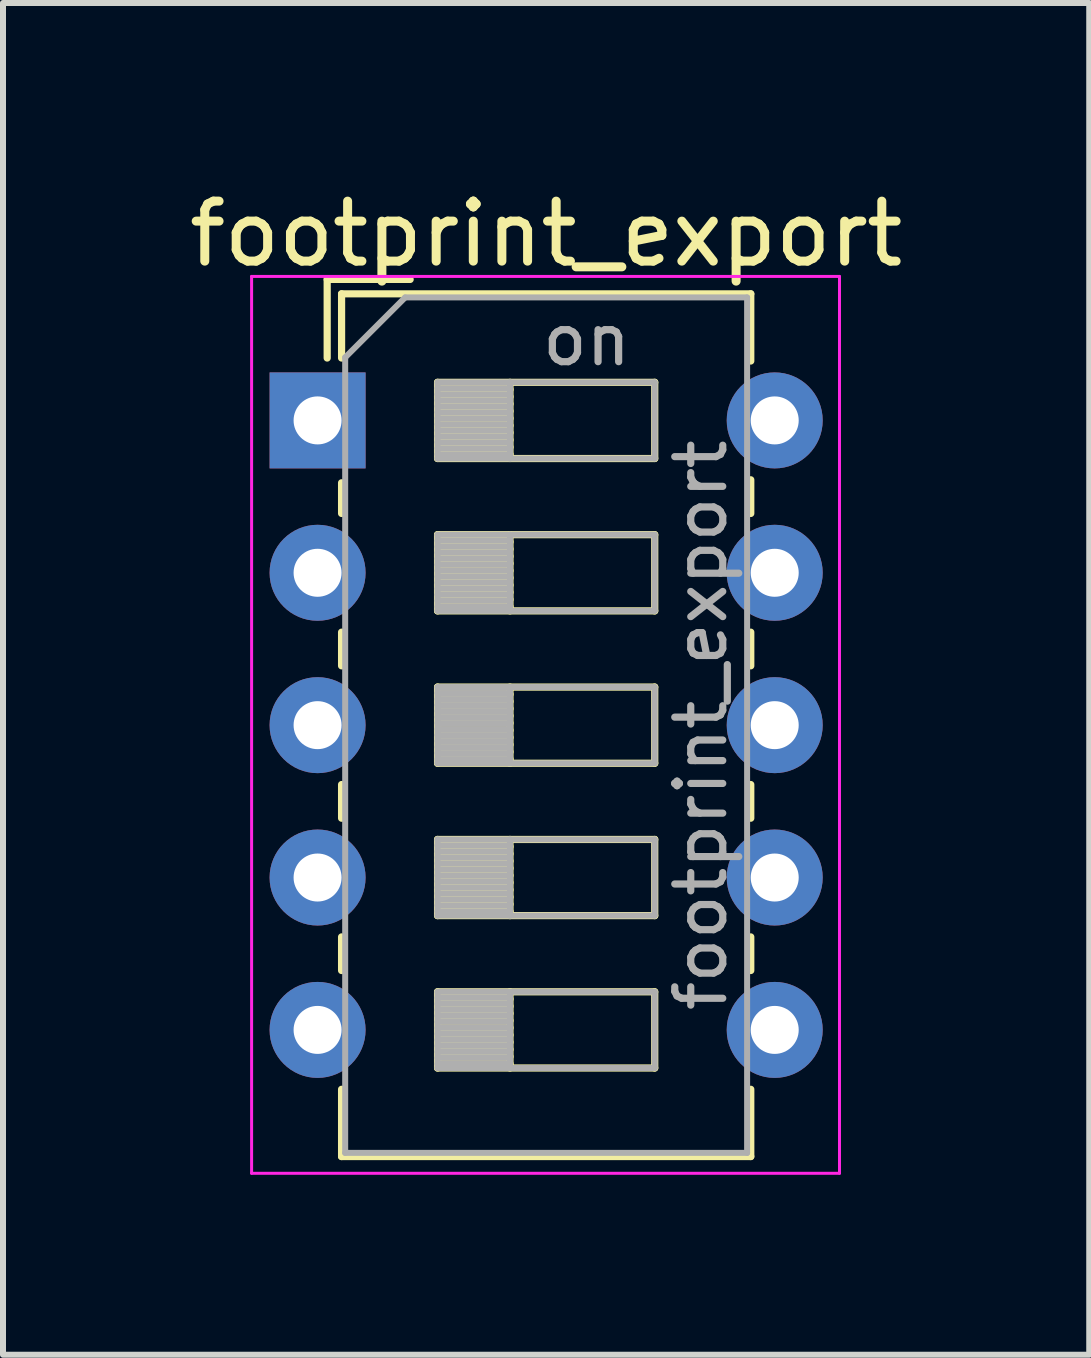
<source format=kicad_pcb>
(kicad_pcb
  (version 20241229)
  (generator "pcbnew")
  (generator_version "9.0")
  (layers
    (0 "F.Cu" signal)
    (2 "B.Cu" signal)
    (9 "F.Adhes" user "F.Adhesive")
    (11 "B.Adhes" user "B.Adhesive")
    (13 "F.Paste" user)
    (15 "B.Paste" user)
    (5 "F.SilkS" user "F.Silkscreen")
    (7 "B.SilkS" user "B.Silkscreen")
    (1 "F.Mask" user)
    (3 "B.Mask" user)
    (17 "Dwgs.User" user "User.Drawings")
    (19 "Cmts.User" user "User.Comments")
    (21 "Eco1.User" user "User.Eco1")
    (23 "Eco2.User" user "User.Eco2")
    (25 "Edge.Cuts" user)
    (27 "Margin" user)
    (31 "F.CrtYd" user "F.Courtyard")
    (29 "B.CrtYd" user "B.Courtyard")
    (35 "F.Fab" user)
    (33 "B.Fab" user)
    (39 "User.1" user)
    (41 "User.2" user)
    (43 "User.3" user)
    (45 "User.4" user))
  (footprint "footprint_export"
    (layer "F.Cu")
    (at 2.244 3.958)
    (property "Reference" "footprint_export" (at 3.81 -3.11 0) (layer "F.SilkS") (effects (font (size 1 1) (thickness 0.15))))
    (attr through_hole)
    (fp_line (start 0.16 -2.35) (end 0.16 -1.04) (stroke (width 0.12) (type solid)) (layer "F.SilkS"))
    (fp_line (start 0.16 -2.35) (end 1.543 -2.35) (stroke (width 0.12) (type solid)) (layer "F.SilkS"))
    (fp_line (start 0.4 -2.11) (end 0.4 -1.04) (stroke (width 0.12) (type solid)) (layer "F.SilkS"))
    (fp_line (start 0.4 -2.11) (end 7.221 -2.11) (stroke (width 0.12) (type solid)) (layer "F.SilkS"))
    (fp_line (start 0.4 1.04) (end 0.4 1.551) (stroke (width 0.12) (type solid)) (layer "F.SilkS"))
    (fp_line (start 0.4 3.53) (end 0.4 4.091) (stroke (width 0.12) (type solid)) (layer "F.SilkS"))
    (fp_line (start 0.4 6.07) (end 0.4 6.631) (stroke (width 0.12) (type solid)) (layer "F.SilkS"))
    (fp_line (start 0.4 8.61) (end 0.4 9.17) (stroke (width 0.12) (type solid)) (layer "F.SilkS"))
    (fp_line (start 0.4 11.15) (end 0.4 12.271) (stroke (width 0.12) (type solid)) (layer "F.SilkS"))
    (fp_line (start 0.4 12.271) (end 7.221 12.271) (stroke (width 0.12) (type solid)) (layer "F.SilkS"))
    (fp_line (start 2 -0.635) (end 2 0.635) (stroke (width 0.12) (type solid)) (layer "F.SilkS"))
    (fp_line (start 2 -0.515) (end 3.207 -0.515) (stroke (width 0.12) (type solid)) (layer "F.SilkS"))
    (fp_line (start 2 -0.395) (end 3.207 -0.395) (stroke (width 0.12) (type solid)) (layer "F.SilkS"))
    (fp_line (start 2 -0.275) (end 3.207 -0.275) (stroke (width 0.12) (type solid)) (layer "F.SilkS"))
    (fp_line (start 2 -0.155) (end 3.207 -0.155) (stroke (width 0.12) (type solid)) (layer "F.SilkS"))
    (fp_line (start 2 -0.035) (end 3.207 -0.035) (stroke (width 0.12) (type solid)) (layer "F.SilkS"))
    (fp_line (start 2 0.085) (end 3.207 0.085) (stroke (width 0.12) (type solid)) (layer "F.SilkS"))
    (fp_line (start 2 0.205) (end 3.207 0.205) (stroke (width 0.12) (type solid)) (layer "F.SilkS"))
    (fp_line (start 2 0.325) (end 3.207 0.325) (stroke (width 0.12) (type solid)) (layer "F.SilkS"))
    (fp_line (start 2 0.445) (end 3.207 0.445) (stroke (width 0.12) (type solid)) (layer "F.SilkS"))
    (fp_line (start 2 0.565) (end 3.207 0.565) (stroke (width 0.12) (type solid)) (layer "F.SilkS"))
    (fp_line (start 2 0.635) (end 5.62 0.635) (stroke (width 0.12) (type solid)) (layer "F.SilkS"))
    (fp_line (start 2 1.905) (end 2 3.175) (stroke (width 0.12) (type solid)) (layer "F.SilkS"))
    (fp_line (start 2 2.025) (end 3.207 2.025) (stroke (width 0.12) (type solid)) (layer "F.SilkS"))
    (fp_line (start 2 2.145) (end 3.207 2.145) (stroke (width 0.12) (type solid)) (layer "F.SilkS"))
    (fp_line (start 2 2.265) (end 3.207 2.265) (stroke (width 0.12) (type solid)) (layer "F.SilkS"))
    (fp_line (start 2 2.385) (end 3.207 2.385) (stroke (width 0.12) (type solid)) (layer "F.SilkS"))
    (fp_line (start 2 2.505) (end 3.207 2.505) (stroke (width 0.12) (type solid)) (layer "F.SilkS"))
    (fp_line (start 2 2.625) (end 3.207 2.625) (stroke (width 0.12) (type solid)) (layer "F.SilkS"))
    (fp_line (start 2 2.745) (end 3.207 2.745) (stroke (width 0.12) (type solid)) (layer "F.SilkS"))
    (fp_line (start 2 2.865) (end 3.207 2.865) (stroke (width 0.12) (type solid)) (layer "F.SilkS"))
    (fp_line (start 2 2.985) (end 3.207 2.985) (stroke (width 0.12) (type solid)) (layer "F.SilkS"))
    (fp_line (start 2 3.105) (end 3.207 3.105) (stroke (width 0.12) (type solid)) (layer "F.SilkS"))
    (fp_line (start 2 3.175) (end 5.62 3.175) (stroke (width 0.12) (type solid)) (layer "F.SilkS"))
    (fp_line (start 2 4.445) (end 2 5.715) (stroke (width 0.12) (type solid)) (layer "F.SilkS"))
    (fp_line (start 2 4.565) (end 3.207 4.565) (stroke (width 0.12) (type solid)) (layer "F.SilkS"))
    (fp_line (start 2 4.685) (end 3.207 4.685) (stroke (width 0.12) (type solid)) (layer "F.SilkS"))
    (fp_line (start 2 4.805) (end 3.207 4.805) (stroke (width 0.12) (type solid)) (layer "F.SilkS"))
    (fp_line (start 2 4.925) (end 3.207 4.925) (stroke (width 0.12) (type solid)) (layer "F.SilkS"))
    (fp_line (start 2 5.045) (end 3.207 5.045) (stroke (width 0.12) (type solid)) (layer "F.SilkS"))
    (fp_line (start 2 5.165) (end 3.207 5.165) (stroke (width 0.12) (type solid)) (layer "F.SilkS"))
    (fp_line (start 2 5.285) (end 3.207 5.285) (stroke (width 0.12) (type solid)) (layer "F.SilkS"))
    (fp_line (start 2 5.405) (end 3.207 5.405) (stroke (width 0.12) (type solid)) (layer "F.SilkS"))
    (fp_line (start 2 5.525) (end 3.207 5.525) (stroke (width 0.12) (type solid)) (layer "F.SilkS"))
    (fp_line (start 2 5.645) (end 3.207 5.645) (stroke (width 0.12) (type solid)) (layer "F.SilkS"))
    (fp_line (start 2 5.715) (end 5.62 5.715) (stroke (width 0.12) (type solid)) (layer "F.SilkS"))
    (fp_line (start 2 6.985) (end 2 8.255) (stroke (width 0.12) (type solid)) (layer "F.SilkS"))
    (fp_line (start 2 7.105) (end 3.207 7.105) (stroke (width 0.12) (type solid)) (layer "F.SilkS"))
    (fp_line (start 2 7.225) (end 3.207 7.225) (stroke (width 0.12) (type solid)) (layer "F.SilkS"))
    (fp_line (start 2 7.345) (end 3.207 7.345) (stroke (width 0.12) (type solid)) (layer "F.SilkS"))
    (fp_line (start 2 7.465) (end 3.207 7.465) (stroke (width 0.12) (type solid)) (layer "F.SilkS"))
    (fp_line (start 2 7.585) (end 3.207 7.585) (stroke (width 0.12) (type solid)) (layer "F.SilkS"))
    (fp_line (start 2 7.705) (end 3.207 7.705) (stroke (width 0.12) (type solid)) (layer "F.SilkS"))
    (fp_line (start 2 7.825) (end 3.207 7.825) (stroke (width 0.12) (type solid)) (layer "F.SilkS"))
    (fp_line (start 2 7.945) (end 3.207 7.945) (stroke (width 0.12) (type solid)) (layer "F.SilkS"))
    (fp_line (start 2 8.065) (end 3.207 8.065) (stroke (width 0.12) (type solid)) (layer "F.SilkS"))
    (fp_line (start 2 8.185) (end 3.207 8.185) (stroke (width 0.12) (type solid)) (layer "F.SilkS"))
    (fp_line (start 2 8.255) (end 5.62 8.255) (stroke (width 0.12) (type solid)) (layer "F.SilkS"))
    (fp_line (start 2 9.525) (end 2 10.795) (stroke (width 0.12) (type solid)) (layer "F.SilkS"))
    (fp_line (start 2 9.645) (end 3.207 9.645) (stroke (width 0.12) (type solid)) (layer "F.SilkS"))
    (fp_line (start 2 9.765) (end 3.207 9.765) (stroke (width 0.12) (type solid)) (layer "F.SilkS"))
    (fp_line (start 2 9.885) (end 3.207 9.885) (stroke (width 0.12) (type solid)) (layer "F.SilkS"))
    (fp_line (start 2 10.005) (end 3.207 10.005) (stroke (width 0.12) (type solid)) (layer "F.SilkS"))
    (fp_line (start 2 10.125) (end 3.207 10.125) (stroke (width 0.12) (type solid)) (layer "F.SilkS"))
    (fp_line (start 2 10.245) (end 3.207 10.245) (stroke (width 0.12) (type solid)) (layer "F.SilkS"))
    (fp_line (start 2 10.365) (end 3.207 10.365) (stroke (width 0.12) (type solid)) (layer "F.SilkS"))
    (fp_line (start 2 10.485) (end 3.207 10.485) (stroke (width 0.12) (type solid)) (layer "F.SilkS"))
    (fp_line (start 2 10.605) (end 3.207 10.605) (stroke (width 0.12) (type solid)) (layer "F.SilkS"))
    (fp_line (start 2 10.725) (end 3.207 10.725) (stroke (width 0.12) (type solid)) (layer "F.SilkS"))
    (fp_line (start 2 10.795) (end 5.62 10.795) (stroke (width 0.12) (type solid)) (layer "F.SilkS"))
    (fp_line (start 3.207 -0.635) (end 3.207 0.635) (stroke (width 0.12) (type solid)) (layer "F.SilkS"))
    (fp_line (start 3.207 1.905) (end 3.207 3.175) (stroke (width 0.12) (type solid)) (layer "F.SilkS"))
    (fp_line (start 3.207 4.445) (end 3.207 5.715) (stroke (width 0.12) (type solid)) (layer "F.SilkS"))
    (fp_line (start 3.207 6.985) (end 3.207 8.255) (stroke (width 0.12) (type solid)) (layer "F.SilkS"))
    (fp_line (start 3.207 9.525) (end 3.207 10.795) (stroke (width 0.12) (type solid)) (layer "F.SilkS"))
    (fp_line (start 5.62 -0.635) (end 2 -0.635) (stroke (width 0.12) (type solid)) (layer "F.SilkS"))
    (fp_line (start 5.62 0.635) (end 5.62 -0.635) (stroke (width 0.12) (type solid)) (layer "F.SilkS"))
    (fp_line (start 5.62 1.905) (end 2 1.905) (stroke (width 0.12) (type solid)) (layer "F.SilkS"))
    (fp_line (start 5.62 3.175) (end 5.62 1.905) (stroke (width 0.12) (type solid)) (layer "F.SilkS"))
    (fp_line (start 5.62 4.445) (end 2 4.445) (stroke (width 0.12) (type solid)) (layer "F.SilkS"))
    (fp_line (start 5.62 5.715) (end 5.62 4.445) (stroke (width 0.12) (type solid)) (layer "F.SilkS"))
    (fp_line (start 5.62 6.985) (end 2 6.985) (stroke (width 0.12) (type solid)) (layer "F.SilkS"))
    (fp_line (start 5.62 8.255) (end 5.62 6.985) (stroke (width 0.12) (type solid)) (layer "F.SilkS"))
    (fp_line (start 5.62 9.525) (end 2 9.525) (stroke (width 0.12) (type solid)) (layer "F.SilkS"))
    (fp_line (start 5.62 10.795) (end 5.62 9.525) (stroke (width 0.12) (type solid)) (layer "F.SilkS"))
    (fp_line (start 7.221 -2.11) (end 7.221 -0.99) (stroke (width 0.12) (type solid)) (layer "F.SilkS"))
    (fp_line (start 7.221 0.99) (end 7.221 1.551) (stroke (width 0.12) (type solid)) (layer "F.SilkS"))
    (fp_line (start 7.221 3.53) (end 7.221 4.091) (stroke (width 0.12) (type solid)) (layer "F.SilkS"))
    (fp_line (start 7.221 6.07) (end 7.221 6.631) (stroke (width 0.12) (type solid)) (layer "F.SilkS"))
    (fp_line (start 7.221 8.61) (end 7.221 9.17) (stroke (width 0.12) (type solid)) (layer "F.SilkS"))
    (fp_line (start 7.221 11.15) (end 7.221 12.271) (stroke (width 0.12) (type solid)) (layer "F.SilkS"))
    (fp_line (start -1.1 -2.4) (end -1.1 12.55) (stroke (width 0.05) (type solid)) (layer "F.CrtYd"))
    (fp_line (start -1.1 12.55) (end 8.7 12.55) (stroke (width 0.05) (type solid)) (layer "F.CrtYd"))
    (fp_line (start 8.7 -2.4) (end -1.1 -2.4) (stroke (width 0.05) (type solid)) (layer "F.CrtYd"))
    (fp_line (start 8.7 12.55) (end 8.7 -2.4) (stroke (width 0.05) (type solid)) (layer "F.CrtYd"))
    (fp_line (start 0.46 -1.05) (end 1.46 -2.05) (stroke (width 0.1) (type solid)) (layer "F.Fab"))
    (fp_line (start 0.46 12.21) (end 0.46 -1.05) (stroke (width 0.1) (type solid)) (layer "F.Fab"))
    (fp_line (start 1.46 -2.05) (end 7.16 -2.05) (stroke (width 0.1) (type solid)) (layer "F.Fab"))
    (fp_line (start 2 -0.635) (end 2 0.635) (stroke (width 0.1) (type solid)) (layer "F.Fab"))
    (fp_line (start 2 -0.535) (end 3.207 -0.535) (stroke (width 0.1) (type solid)) (layer "F.Fab"))
    (fp_line (start 2 -0.435) (end 3.207 -0.435) (stroke (width 0.1) (type solid)) (layer "F.Fab"))
    (fp_line (start 2 -0.335) (end 3.207 -0.335) (stroke (width 0.1) (type solid)) (layer "F.Fab"))
    (fp_line (start 2 -0.235) (end 3.207 -0.235) (stroke (width 0.1) (type solid)) (layer "F.Fab"))
    (fp_line (start 2 -0.135) (end 3.207 -0.135) (stroke (width 0.1) (type solid)) (layer "F.Fab"))
    (fp_line (start 2 -0.035) (end 3.207 -0.035) (stroke (width 0.1) (type solid)) (layer "F.Fab"))
    (fp_line (start 2 0.065) (end 3.207 0.065) (stroke (width 0.1) (type solid)) (layer "F.Fab"))
    (fp_line (start 2 0.165) (end 3.207 0.165) (stroke (width 0.1) (type solid)) (layer "F.Fab"))
    (fp_line (start 2 0.265) (end 3.207 0.265) (stroke (width 0.1) (type solid)) (layer "F.Fab"))
    (fp_line (start 2 0.365) (end 3.207 0.365) (stroke (width 0.1) (type solid)) (layer "F.Fab"))
    (fp_line (start 2 0.465) (end 3.207 0.465) (stroke (width 0.1) (type solid)) (layer "F.Fab"))
    (fp_line (start 2 0.565) (end 3.207 0.565) (stroke (width 0.1) (type solid)) (layer "F.Fab"))
    (fp_line (start 2 0.635) (end 5.62 0.635) (stroke (width 0.1) (type solid)) (layer "F.Fab"))
    (fp_line (start 2 1.905) (end 2 3.175) (stroke (width 0.1) (type solid)) (layer "F.Fab"))
    (fp_line (start 2 2.005) (end 3.207 2.005) (stroke (width 0.1) (type solid)) (layer "F.Fab"))
    (fp_line (start 2 2.105) (end 3.207 2.105) (stroke (width 0.1) (type solid)) (layer "F.Fab"))
    (fp_line (start 2 2.205) (end 3.207 2.205) (stroke (width 0.1) (type solid)) (layer "F.Fab"))
    (fp_line (start 2 2.305) (end 3.207 2.305) (stroke (width 0.1) (type solid)) (layer "F.Fab"))
    (fp_line (start 2 2.405) (end 3.207 2.405) (stroke (width 0.1) (type solid)) (layer "F.Fab"))
    (fp_line (start 2 2.505) (end 3.207 2.505) (stroke (width 0.1) (type solid)) (layer "F.Fab"))
    (fp_line (start 2 2.605) (end 3.207 2.605) (stroke (width 0.1) (type solid)) (layer "F.Fab"))
    (fp_line (start 2 2.705) (end 3.207 2.705) (stroke (width 0.1) (type solid)) (layer "F.Fab"))
    (fp_line (start 2 2.805) (end 3.207 2.805) (stroke (width 0.1) (type solid)) (layer "F.Fab"))
    (fp_line (start 2 2.905) (end 3.207 2.905) (stroke (width 0.1) (type solid)) (layer "F.Fab"))
    (fp_line (start 2 3.005) (end 3.207 3.005) (stroke (width 0.1) (type solid)) (layer "F.Fab"))
    (fp_line (start 2 3.105) (end 3.207 3.105) (stroke (width 0.1) (type solid)) (layer "F.Fab"))
    (fp_line (start 2 3.175) (end 5.62 3.175) (stroke (width 0.1) (type solid)) (layer "F.Fab"))
    (fp_line (start 2 4.445) (end 2 5.715) (stroke (width 0.1) (type solid)) (layer "F.Fab"))
    (fp_line (start 2 4.545) (end 3.207 4.545) (stroke (width 0.1) (type solid)) (layer "F.Fab"))
    (fp_line (start 2 4.645) (end 3.207 4.645) (stroke (width 0.1) (type solid)) (layer "F.Fab"))
    (fp_line (start 2 4.745) (end 3.207 4.745) (stroke (width 0.1) (type solid)) (layer "F.Fab"))
    (fp_line (start 2 4.845) (end 3.207 4.845) (stroke (width 0.1) (type solid)) (layer "F.Fab"))
    (fp_line (start 2 4.945) (end 3.207 4.945) (stroke (width 0.1) (type solid)) (layer "F.Fab"))
    (fp_line (start 2 5.045) (end 3.207 5.045) (stroke (width 0.1) (type solid)) (layer "F.Fab"))
    (fp_line (start 2 5.145) (end 3.207 5.145) (stroke (width 0.1) (type solid)) (layer "F.Fab"))
    (fp_line (start 2 5.245) (end 3.207 5.245) (stroke (width 0.1) (type solid)) (layer "F.Fab"))
    (fp_line (start 2 5.345) (end 3.207 5.345) (stroke (width 0.1) (type solid)) (layer "F.Fab"))
    (fp_line (start 2 5.445) (end 3.207 5.445) (stroke (width 0.1) (type solid)) (layer "F.Fab"))
    (fp_line (start 2 5.545) (end 3.207 5.545) (stroke (width 0.1) (type solid)) (layer "F.Fab"))
    (fp_line (start 2 5.645) (end 3.207 5.645) (stroke (width 0.1) (type solid)) (layer "F.Fab"))
    (fp_line (start 2 5.715) (end 5.62 5.715) (stroke (width 0.1) (type solid)) (layer "F.Fab"))
    (fp_line (start 2 6.985) (end 2 8.255) (stroke (width 0.1) (type solid)) (layer "F.Fab"))
    (fp_line (start 2 7.085) (end 3.207 7.085) (stroke (width 0.1) (type solid)) (layer "F.Fab"))
    (fp_line (start 2 7.185) (end 3.207 7.185) (stroke (width 0.1) (type solid)) (layer "F.Fab"))
    (fp_line (start 2 7.285) (end 3.207 7.285) (stroke (width 0.1) (type solid)) (layer "F.Fab"))
    (fp_line (start 2 7.385) (end 3.207 7.385) (stroke (width 0.1) (type solid)) (layer "F.Fab"))
    (fp_line (start 2 7.485) (end 3.207 7.485) (stroke (width 0.1) (type solid)) (layer "F.Fab"))
    (fp_line (start 2 7.585) (end 3.207 7.585) (stroke (width 0.1) (type solid)) (layer "F.Fab"))
    (fp_line (start 2 7.685) (end 3.207 7.685) (stroke (width 0.1) (type solid)) (layer "F.Fab"))
    (fp_line (start 2 7.785) (end 3.207 7.785) (stroke (width 0.1) (type solid)) (layer "F.Fab"))
    (fp_line (start 2 7.885) (end 3.207 7.885) (stroke (width 0.1) (type solid)) (layer "F.Fab"))
    (fp_line (start 2 7.985) (end 3.207 7.985) (stroke (width 0.1) (type solid)) (layer "F.Fab"))
    (fp_line (start 2 8.085) (end 3.207 8.085) (stroke (width 0.1) (type solid)) (layer "F.Fab"))
    (fp_line (start 2 8.185) (end 3.207 8.185) (stroke (width 0.1) (type solid)) (layer "F.Fab"))
    (fp_line (start 2 8.255) (end 5.62 8.255) (stroke (width 0.1) (type solid)) (layer "F.Fab"))
    (fp_line (start 2 9.525) (end 2 10.795) (stroke (width 0.1) (type solid)) (layer "F.Fab"))
    (fp_line (start 2 9.625) (end 3.207 9.625) (stroke (width 0.1) (type solid)) (layer "F.Fab"))
    (fp_line (start 2 9.725) (end 3.207 9.725) (stroke (width 0.1) (type solid)) (layer "F.Fab"))
    (fp_line (start 2 9.825) (end 3.207 9.825) (stroke (width 0.1) (type solid)) (layer "F.Fab"))
    (fp_line (start 2 9.925) (end 3.207 9.925) (stroke (width 0.1) (type solid)) (layer "F.Fab"))
    (fp_line (start 2 10.025) (end 3.207 10.025) (stroke (width 0.1) (type solid)) (layer "F.Fab"))
    (fp_line (start 2 10.125) (end 3.207 10.125) (stroke (width 0.1) (type solid)) (layer "F.Fab"))
    (fp_line (start 2 10.225) (end 3.207 10.225) (stroke (width 0.1) (type solid)) (layer "F.Fab"))
    (fp_line (start 2 10.325) (end 3.207 10.325) (stroke (width 0.1) (type solid)) (layer "F.Fab"))
    (fp_line (start 2 10.425) (end 3.207 10.425) (stroke (width 0.1) (type solid)) (layer "F.Fab"))
    (fp_line (start 2 10.525) (end 3.207 10.525) (stroke (width 0.1) (type solid)) (layer "F.Fab"))
    (fp_line (start 2 10.625) (end 3.207 10.625) (stroke (width 0.1) (type solid)) (layer "F.Fab"))
    (fp_line (start 2 10.725) (end 3.207 10.725) (stroke (width 0.1) (type solid)) (layer "F.Fab"))
    (fp_line (start 2 10.795) (end 5.62 10.795) (stroke (width 0.1) (type solid)) (layer "F.Fab"))
    (fp_line (start 3.207 -0.635) (end 3.207 0.635) (stroke (width 0.1) (type solid)) (layer "F.Fab"))
    (fp_line (start 3.207 1.905) (end 3.207 3.175) (stroke (width 0.1) (type solid)) (layer "F.Fab"))
    (fp_line (start 3.207 4.445) (end 3.207 5.715) (stroke (width 0.1) (type solid)) (layer "F.Fab"))
    (fp_line (start 3.207 6.985) (end 3.207 8.255) (stroke (width 0.1) (type solid)) (layer "F.Fab"))
    (fp_line (start 3.207 9.525) (end 3.207 10.795) (stroke (width 0.1) (type solid)) (layer "F.Fab"))
    (fp_line (start 5.62 -0.635) (end 2 -0.635) (stroke (width 0.1) (type solid)) (layer "F.Fab"))
    (fp_line (start 5.62 0.635) (end 5.62 -0.635) (stroke (width 0.1) (type solid)) (layer "F.Fab"))
    (fp_line (start 5.62 1.905) (end 2 1.905) (stroke (width 0.1) (type solid)) (layer "F.Fab"))
    (fp_line (start 5.62 3.175) (end 5.62 1.905) (stroke (width 0.1) (type solid)) (layer "F.Fab"))
    (fp_line (start 5.62 4.445) (end 2 4.445) (stroke (width 0.1) (type solid)) (layer "F.Fab"))
    (fp_line (start 5.62 5.715) (end 5.62 4.445) (stroke (width 0.1) (type solid)) (layer "F.Fab"))
    (fp_line (start 5.62 6.985) (end 2 6.985) (stroke (width 0.1) (type solid)) (layer "F.Fab"))
    (fp_line (start 5.62 8.255) (end 5.62 6.985) (stroke (width 0.1) (type solid)) (layer "F.Fab"))
    (fp_line (start 5.62 9.525) (end 2 9.525) (stroke (width 0.1) (type solid)) (layer "F.Fab"))
    (fp_line (start 5.62 10.795) (end 5.62 9.525) (stroke (width 0.1) (type solid)) (layer "F.Fab"))
    (fp_line (start 7.16 -2.05) (end 7.16 12.21) (stroke (width 0.1) (type solid)) (layer "F.Fab"))
    (fp_line (start 7.16 12.21) (end 0.46 12.21) (stroke (width 0.1) (type solid)) (layer "F.Fab"))
    (fp_text user "${REFERENCE}" (at 6.39 5.08 90) (layer "F.Fab") (effects (font (size 0.8 0.8) (thickness 0.12))))
    (fp_text user "on" (at 4.485 -1.343 0) (layer "F.Fab") (effects (font (size 0.8 0.8) (thickness 0.12))))
    (pad "1" thru_hole rect (at 0 0) (size 1.6 1.6) (drill 0.8) (layers "*.Cu" "*.Mask"))
    (pad "2" thru_hole oval (at 0 2.54) (size 1.6 1.6) (drill 0.8) (layers "*.Cu" "*.Mask"))
    (pad "3" thru_hole oval (at 0 5.08) (size 1.6 1.6) (drill 0.8) (layers "*.Cu" "*.Mask"))
    (pad "4" thru_hole oval (at 0 7.62) (size 1.6 1.6) (drill 0.8) (layers "*.Cu" "*.Mask"))
    (pad "5" thru_hole oval (at 0 10.16) (size 1.6 1.6) (drill 0.8) (layers "*.Cu" "*.Mask"))
    (pad "6" thru_hole oval (at 7.62 10.16) (size 1.6 1.6) (drill 0.8) (layers "*.Cu" "*.Mask"))
    (pad "7" thru_hole oval (at 7.62 7.62) (size 1.6 1.6) (drill 0.8) (layers "*.Cu" "*.Mask"))
    (pad "8" thru_hole oval (at 7.62 5.08) (size 1.6 1.6) (drill 0.8) (layers "*.Cu" "*.Mask"))
    (pad "9" thru_hole oval (at 7.62 2.54) (size 1.6 1.6) (drill 0.8) (layers "*.Cu" "*.Mask"))
    (pad "10" thru_hole oval (at 7.62 0) (size 1.6 1.6) (drill 0.8) (layers "*.Cu" "*.Mask")))
  (gr_rect
    (start -3 -3)
    (end 15.107 19.533)
    (stroke (width 0.1) (type default))
    (fill no)
    (layer "Edge.Cuts")))
</source>
